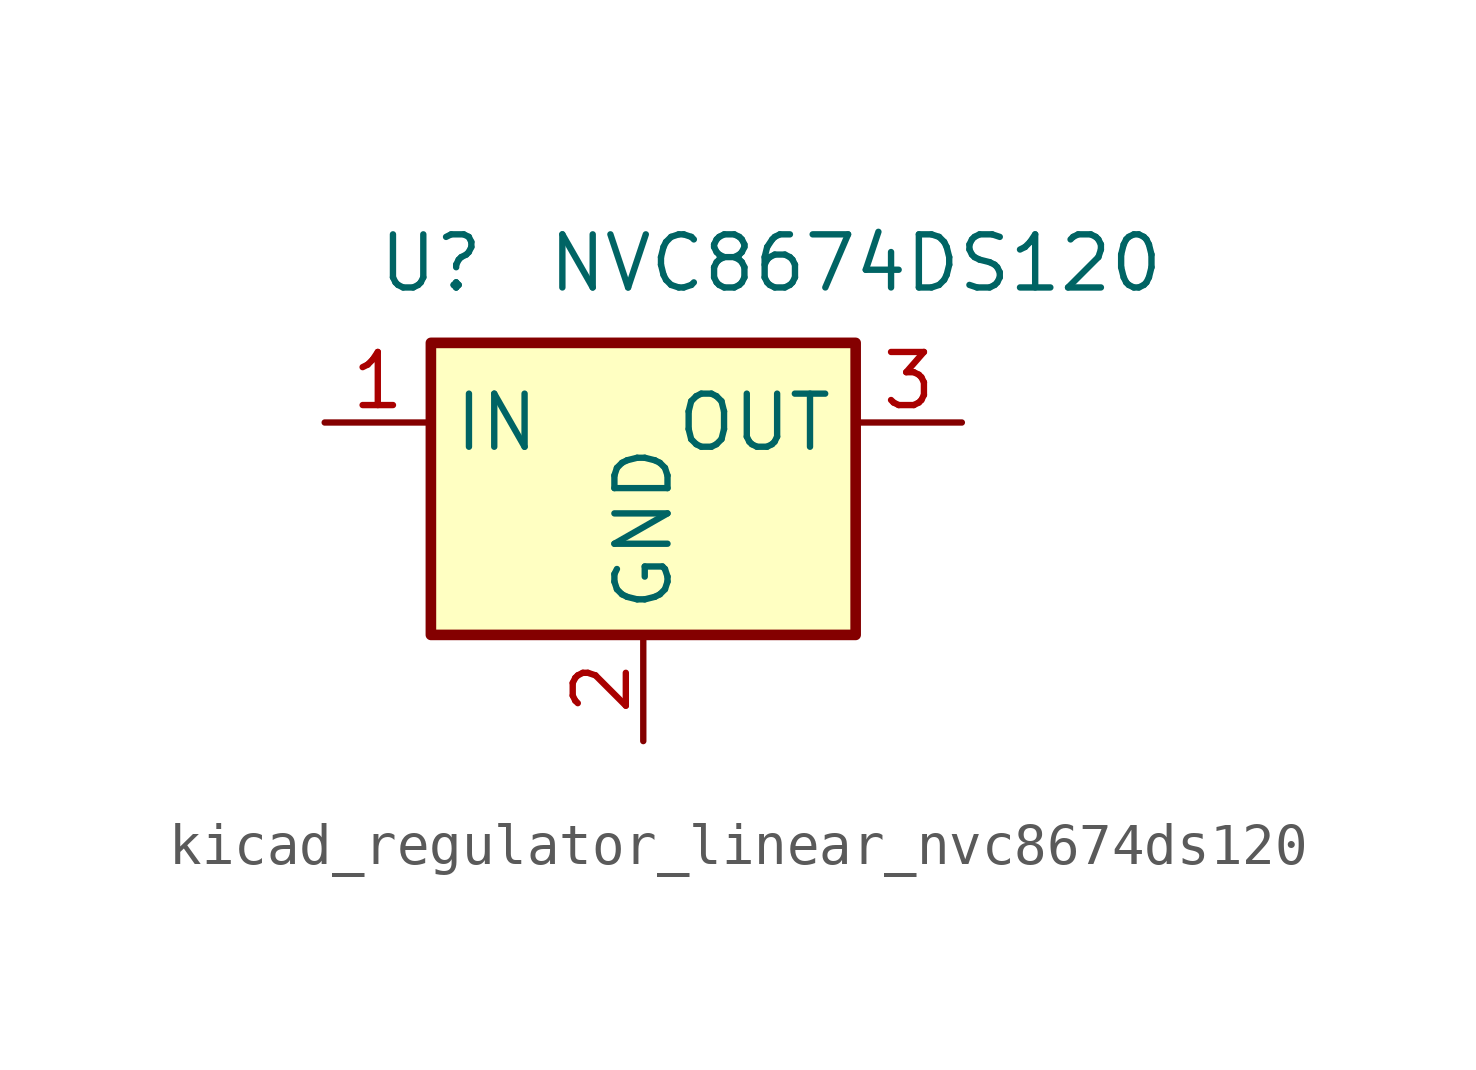
<source format=kicad_sym>
(kicad_symbol_lib
  (version 20220914)
  (generator kicad_symbol_editor)
  (symbol "kicad_regulator_linear_nvc8674ds120"
    (property "Reference" "U"
      (at -5.08 3.81 0)
      (effects (font (size 1.27 1.27))))
    (property "Value" "NVC8674DS120"
      (at 5.08 3.81 0)
      (effects (font (size 1.27 1.27))))
    (symbol "kicad_regulator_linear_nvc8674ds120_1_1"
      (rectangle (start -5.08 1.905) (end 5.08 -5.08) (stroke (width 0.254) (type default)) (fill (type background)))
      (pin power_in line (at -7.62 0 0) (length 2.54) (name "IN" (effects (font (size 1.27 1.27)))) (number "1" (effects (font (size 1.27 1.27)))))
      (pin power_in line (at 0 -7.62 90) (length 2.54) (name "GND" (effects (font (size 1.27 1.27)))) (number "2" (effects (font (size 1.27 1.27)))))
      (pin power_out line (at 7.62 0 180) (length 2.54) (name "OUT" (effects (font (size 1.27 1.27)))) (number "3" (effects (font (size 1.27 1.27))))))))
</source>
